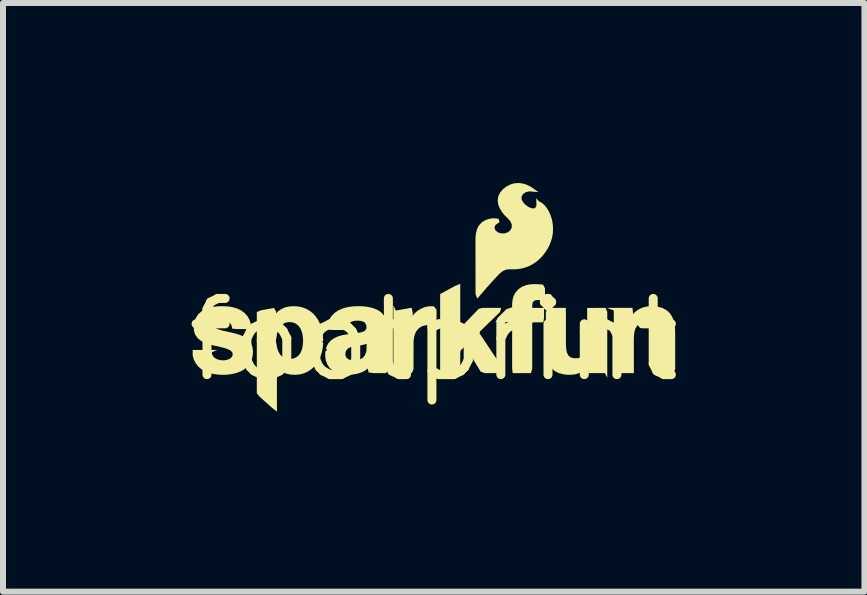
<source format=kicad_pcb>
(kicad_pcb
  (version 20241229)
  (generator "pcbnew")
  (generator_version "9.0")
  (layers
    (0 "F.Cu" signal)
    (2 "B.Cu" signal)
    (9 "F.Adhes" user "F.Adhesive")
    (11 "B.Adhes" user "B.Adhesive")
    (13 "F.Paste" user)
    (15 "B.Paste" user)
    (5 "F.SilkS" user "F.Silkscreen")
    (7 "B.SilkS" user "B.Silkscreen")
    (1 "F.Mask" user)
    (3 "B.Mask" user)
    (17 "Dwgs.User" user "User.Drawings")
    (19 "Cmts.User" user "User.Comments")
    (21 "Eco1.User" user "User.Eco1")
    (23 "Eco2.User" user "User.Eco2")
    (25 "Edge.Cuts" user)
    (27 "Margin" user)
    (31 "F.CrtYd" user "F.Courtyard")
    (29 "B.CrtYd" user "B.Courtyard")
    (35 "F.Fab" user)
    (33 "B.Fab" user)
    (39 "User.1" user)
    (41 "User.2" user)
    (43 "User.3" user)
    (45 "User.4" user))
  (footprint "footprint"
    (layer "F.Cu")
    (at 4.18 2.615)
    (property "Reference" "footprint" (at 0 0 0) (layer "F.SilkS") (effects (font (size 1.27 1.27) (thickness 0.15))))
    (fp_poly (pts (xy 0.442 -0.197) (xy 0.752 -0.519) (xy 0.823 -0.533) (xy 1.125 -0.533) (xy 1.105 -0.464) (xy 0.772 -0.14) (xy 0.765 -0.107) (xy 1.175 0.51) (xy 1.13 0.555) (xy 0.849 0.555) (xy 0.782 0.529) (xy 0.536 0.128) (xy 0.518 0.11) (xy 0.447 0.179) (xy 0.442 0.233) (xy 0.442 0.508) (xy 0.394 0.555) (xy 0.181 0.555) (xy 0.107 0.535) (xy 0.107 -0.751) (xy 0.111 -0.765) (xy 0.354 -0.898) (xy 0.442 -0.934)) (stroke (width 0) (type solid)) (fill yes) (layer "F.SilkS"))
    (fp_poly (pts (xy -0.632 -0.488) (xy -0.368 -0.535) (xy -0.351 -0.456) (xy -0.351 -0.4) (xy -0.325 -0.435) (xy -0.273 -0.482) (xy -0.213 -0.519) (xy -0.148 -0.546) (xy -0.078 -0.56) (xy 0.002 -0.559) (xy 0.047 -0.502) (xy 0.047 -0.283) (xy -0.002 -0.241) (xy -0.076 -0.246) (xy -0.138 -0.242) (xy -0.196 -0.226) (xy -0.246 -0.195) (xy -0.285 -0.152) (xy -0.312 -0.098) (xy -0.328 -0.039) (xy -0.336 0.024) (xy -0.337 0.49) (xy -0.366 0.555) (xy -0.672 0.555) (xy -0.672 -0.578)) (stroke (width 0) (type solid)) (fill yes) (layer "F.SilkS"))
    (fp_poly (pts (xy 1.742 -0.927) (xy 1.822 -0.921) (xy 1.855 -0.86) (xy 1.855 -0.714) (xy 1.816 -0.66) (xy 1.739 -0.664) (xy 1.684 -0.658) (xy 1.65 -0.626) (xy 1.642 -0.571) (xy 1.643 -0.533) (xy 1.839 -0.532) (xy 1.839 -0.374) (xy 1.828 -0.292) (xy 1.676 -0.292) (xy 1.642 -0.287) (xy 1.642 0.484) (xy 1.62 0.555) (xy 1.316 0.555) (xy 1.307 0.473) (xy 1.307 -0.293) (xy 1.029 -0.293) (xy 1.064 -0.365) (xy 1.212 -0.511) (xy 1.307 -0.543) (xy 1.307 -0.592) (xy 1.313 -0.661) (xy 1.331 -0.729) (xy 1.365 -0.792) (xy 1.413 -0.845) (xy 1.473 -0.885) (xy 1.538 -0.911) (xy 1.606 -0.925) (xy 1.675 -0.929)) (stroke (width 0) (type solid)) (fill yes) (layer "F.SilkS"))
    (fp_poly (pts (xy -1.465 0.167) (xy -1.474 0.249) (xy -1.456 0.297) (xy -1.415 0.328) (xy -1.359 0.341) (xy -1.298 0.341) (xy -1.24 0.331) (xy -1.189 0.305) (xy -1.151 0.264) (xy -1.126 0.204) (xy -1.083 0.153) (xy -0.784 0.153) (xy -0.784 0.309) (xy -0.782 0.373) (xy -0.775 0.436) (xy -0.758 0.511) (xy -0.798 0.555) (xy -1.008 0.555) (xy -1.085 0.543) (xy -1.099 0.481) (xy -1.103 0.481) (xy -1.151 0.516) (xy -1.213 0.546) (xy -1.279 0.566) (xy -1.347 0.578) (xy -1.415 0.583) (xy -1.483 0.581) (xy -1.551 0.571) (xy -1.618 0.55) (xy -1.68 0.516) (xy -1.734 0.469) (xy -1.774 0.41) (xy -1.799 0.343) (xy -1.809 0.274) (xy -1.807 0.193) (xy -1.75 0.153) (xy -1.543 0.153)) (stroke (width 0) (type solid)) (fill yes) (layer "F.SilkS"))
    (fp_poly (pts (xy -2.638 -0.008) (xy -2.621 0.07) (xy -2.611 0.134) (xy -2.591 0.193) (xy -2.561 0.244) (xy -2.518 0.285) (xy -2.465 0.309) (xy -2.406 0.318) (xy -2.346 0.313) (xy -2.291 0.292) (xy -2.247 0.255) (xy -2.214 0.205) (xy -2.193 0.147) (xy -2.182 0.085) (xy -2.176 -0.002) (xy -2.091 -0.008) (xy -1.876 -0.008) (xy -1.843 0.055) (xy -1.85 0.13) (xy -1.863 0.198) (xy -1.883 0.264) (xy -1.91 0.328) (xy -1.946 0.388) (xy -1.989 0.443) (xy -2.041 0.491) (xy -2.1 0.53) (xy -2.164 0.558) (xy -2.233 0.576) (xy -2.302 0.583) (xy -2.372 0.581) (xy -2.442 0.568) (xy -2.508 0.543) (xy -2.569 0.506) (xy -2.614 0.465) (xy -2.614 1.198) (xy -2.702 1.127) (xy -2.903 0.948) (xy -2.949 0.891) (xy -2.949 -0.008)) (stroke (width 0) (type solid)) (fill yes) (layer "F.SilkS"))
    (fp_poly (pts (xy -2.264 -0.557) (xy -2.195 -0.543) (xy -2.129 -0.519) (xy -2.068 -0.485) (xy -2.013 -0.441) (xy -1.966 -0.389) (xy -1.927 -0.331) (xy -1.896 -0.269) (xy -1.873 -0.204) (xy -1.857 -0.137) (xy -1.847 -0.069) (xy -1.842 0.017) (xy -1.912 0.042) (xy -2.124 0.042) (xy -2.177 0.001) (xy -2.185 -0.074) (xy -2.199 -0.135) (xy -2.223 -0.191) (xy -2.258 -0.239) (xy -2.305 -0.274) (xy -2.36 -0.293) (xy -2.42 -0.296) (xy -2.478 -0.284) (xy -2.528 -0.256) (xy -2.568 -0.213) (xy -2.596 -0.159) (xy -2.613 -0.099) (xy -2.622 -0.035) (xy -2.638 0.042) (xy -2.949 0.042) (xy -2.949 -0.464) (xy -2.878 -0.493) (xy -2.662 -0.532) (xy -2.628 -0.471) (xy -2.628 -0.442) (xy -2.596 -0.475) (xy -2.537 -0.515) (xy -2.472 -0.543) (xy -2.403 -0.557) (xy -2.333 -0.561)) (stroke (width 0) (type solid)) (fill yes) (layer "F.SilkS"))
    (fp_poly (pts (xy 2.893 -0.469) (xy 2.893 0.631) (xy 2.853 0.555) (xy 2.581 0.555) (xy 2.572 0.472) (xy 2.572 0.451) (xy 2.538 0.487) (xy 2.481 0.528) (xy 2.417 0.558) (xy 2.349 0.577) (xy 2.279 0.583) (xy 2.21 0.581) (xy 2.142 0.57) (xy 2.074 0.55) (xy 2.011 0.515) (xy 1.958 0.466) (xy 1.919 0.406) (xy 1.894 0.34) (xy 1.879 0.272) (xy 1.871 0.204) (xy 1.869 0.137) (xy 1.869 -0.464) (xy 1.894 -0.533) (xy 2.201 -0.533) (xy 2.204 -0.445) (xy 2.204 0.084) (xy 2.208 0.148) (xy 2.219 0.208) (xy 2.244 0.26) (xy 2.286 0.294) (xy 2.342 0.307) (xy 2.402 0.306) (xy 2.458 0.29) (xy 2.503 0.257) (xy 2.533 0.208) (xy 2.549 0.149) (xy 2.556 0.087) (xy 2.558 0.022) (xy 2.558 -0.532) (xy 2.863 -0.533)) (stroke (width 0) (type solid)) (fill yes) (layer "F.SilkS"))
    (fp_poly (pts (xy 3.684 -0.559) (xy 3.753 -0.548) (xy 3.82 -0.528) (xy 3.883 -0.493) (xy 3.936 -0.444) (xy 3.975 -0.384) (xy 4 -0.318) (xy 4.015 -0.25) (xy 4.023 -0.182) (xy 4.025 -0.115) (xy 4.025 0.486) (xy 4 0.555) (xy 3.693 0.555) (xy 3.69 0.467) (xy 3.69 -0.063) (xy 3.686 -0.126) (xy 3.675 -0.186) (xy 3.65 -0.238) (xy 3.607 -0.272) (xy 3.552 -0.285) (xy 3.492 -0.284) (xy 3.436 -0.269) (xy 3.391 -0.235) (xy 3.361 -0.186) (xy 3.345 -0.127) (xy 3.338 -0.065) (xy 3.336 0.000051) (xy 3.336 0.555) (xy 3.031 0.555) (xy 3.001 0.491) (xy 3.001 -0.491) (xy 2.883 -0.533) (xy 3.313 -0.533) (xy 3.322 -0.45) (xy 3.322 -0.429) (xy 3.356 -0.465) (xy 3.413 -0.506) (xy 3.477 -0.536) (xy 3.545 -0.555) (xy 3.615 -0.561)) (stroke (width 0) (type solid)) (fill yes) (layer "F.SilkS"))
    (fp_poly (pts (xy -1.198 -0.56) (xy -1.13 -0.554) (xy -1.062 -0.542) (xy -0.996 -0.524) (xy -0.931 -0.496) (xy -0.872 -0.455) (xy -0.825 -0.399) (xy -0.796 -0.333) (xy -0.784 -0.262) (xy -0.784 0.144) (xy -0.82 0.203) (xy -1.123 0.202) (xy -1.119 0.11) (xy -1.119 0.069) (xy -1.128 0.069) (xy -1.19 0.086) (xy -1.321 0.106) (xy -1.382 0.12) (xy -1.433 0.146) (xy -1.477 0.203) (xy -1.771 0.203) (xy -1.796 0.136) (xy -1.761 0.064) (xy -1.714 0.009) (xy -1.655 -0.031) (xy -1.59 -0.059) (xy -1.524 -0.078) (xy -1.457 -0.09) (xy -1.26 -0.115) (xy -1.199 -0.128) (xy -1.148 -0.15) (xy -1.121 -0.19) (xy -1.123 -0.242) (xy -1.148 -0.288) (xy -1.196 -0.312) (xy -1.255 -0.32) (xy -1.316 -0.318) (xy -1.372 -0.303) (xy -1.414 -0.27) (xy -1.441 -0.212) (xy -1.486 -0.164) (xy -1.697 -0.164) (xy -1.781 -0.176) (xy -1.766 -0.268) (xy -1.742 -0.335) (xy -1.705 -0.396) (xy -1.655 -0.447) (xy -1.597 -0.487) (xy -1.534 -0.517) (xy -1.468 -0.538) (xy -1.401 -0.551) (xy -1.333 -0.559) (xy -1.265 -0.561)) (stroke (width 0) (type solid)) (fill yes) (layer "F.SilkS"))
    (fp_poly (pts (xy 1.485 -2.606) (xy 1.552 -2.585) (xy 1.615 -2.554) (xy 1.747 -2.463) (xy 1.594 -2.475) (xy 1.538 -2.463) (xy 1.492 -2.433) (xy 1.464 -2.388) (xy 1.466 -2.337) (xy 1.494 -2.288) (xy 1.537 -2.245) (xy 1.588 -2.211) (xy 1.641 -2.191) (xy 1.688 -2.195) (xy 1.712 -2.232) (xy 1.71 -2.36) (xy 1.753 -2.31) (xy 1.809 -2.279) (xy 1.861 -2.229) (xy 1.902 -2.172) (xy 1.934 -2.11) (xy 1.959 -2.046) (xy 1.976 -1.979) (xy 1.986 -1.911) (xy 1.989 -1.842) (xy 1.985 -1.773) (xy 1.973 -1.705) (xy 1.954 -1.639) (xy 1.928 -1.575) (xy 1.896 -1.514) (xy 1.859 -1.457) (xy 1.817 -1.403) (xy 1.77 -1.353) (xy 1.718 -1.308) (xy 1.662 -1.268) (xy 1.601 -1.235) (xy 1.537 -1.209) (xy 1.471 -1.19) (xy 1.403 -1.179) (xy 1.334 -1.175) (xy 1.268 -1.176) (xy 1.208 -1.171) (xy 1.154 -1.148) (xy 1.105 -1.11) (xy 1.06 -1.065) (xy 0.882 -0.869) (xy 0.726 -0.687) (xy 0.697 -0.762) (xy 0.696 -1.696) (xy 0.702 -1.765) (xy 0.718 -1.834) (xy 0.748 -1.899) (xy 0.796 -1.954) (xy 0.857 -1.994) (xy 0.925 -2.018) (xy 0.996 -2.027) (xy 1.081 -2.018) (xy 1.097 -1.962) (xy 1.033 -1.919) (xy 1.011 -1.877) (xy 1.026 -1.83) (xy 1.065 -1.794) (xy 1.119 -1.775) (xy 1.177 -1.774) (xy 1.232 -1.791) (xy 1.276 -1.825) (xy 1.301 -1.872) (xy 1.3 -1.926) (xy 1.276 -1.978) (xy 1.234 -2.024) (xy 1.187 -2.071) (xy 1.143 -2.124) (xy 1.105 -2.183) (xy 1.077 -2.248) (xy 1.066 -2.32) (xy 1.076 -2.393) (xy 1.109 -2.459) (xy 1.156 -2.513) (xy 1.212 -2.556) (xy 1.275 -2.589) (xy 1.343 -2.609) (xy 1.414 -2.615)) (stroke (width 0) (type solid)) (fill yes) (layer "F.SilkS"))
    (fp_poly (pts (xy -3.474 -0.56) (xy -3.407 -0.554) (xy -3.339 -0.541) (xy -3.273 -0.521) (xy -3.21 -0.49) (xy -3.153 -0.448) (xy -3.105 -0.395) (xy -3.071 -0.333) (xy -3.049 -0.263) (xy -3.053 -0.18) (xy -3.275 -0.18) (xy -3.356 -0.185) (xy -3.378 -0.259) (xy -3.415 -0.296) (xy -3.469 -0.315) (xy -3.529 -0.321) (xy -3.59 -0.316) (xy -3.64 -0.298) (xy -3.663 -0.259) (xy -3.653 -0.215) (xy -3.611 -0.184) (xy -3.554 -0.163) (xy -3.492 -0.147) (xy -3.362 -0.119) (xy -3.297 -0.103) (xy -3.232 -0.082) (xy -3.169 -0.054) (xy -3.109 -0.015) (xy -3.06 0.038) (xy -3.027 0.103) (xy -3.014 0.174) (xy -3.015 0.244) (xy -3.029 0.314) (xy -3.056 0.379) (xy -3.097 0.438) (xy -3.15 0.485) (xy -3.21 0.522) (xy -3.275 0.548) (xy -3.341 0.566) (xy -3.409 0.577) (xy -3.476 0.583) (xy -3.544 0.583) (xy -3.612 0.578) (xy -3.68 0.567) (xy -3.746 0.55) (xy -3.811 0.525) (xy -3.872 0.49) (xy -3.926 0.444) (xy -3.969 0.388) (xy -4.001 0.324) (xy -4.019 0.255) (xy -4.018 0.168) (xy -3.61 0.168) (xy -3.701 0.208) (xy -3.693 0.247) (xy -3.662 0.293) (xy -3.614 0.323) (xy -3.557 0.339) (xy -3.496 0.342) (xy -3.437 0.332) (xy -3.386 0.308) (xy -3.355 0.268) (xy -3.352 0.22) (xy -3.382 0.181) (xy -3.435 0.155) (xy -3.495 0.135) (xy -3.558 0.119) (xy -3.687 0.09) (xy -3.752 0.072) (xy -3.817 0.049) (xy -3.879 0.017) (xy -3.935 -0.028) (xy -3.977 -0.088) (xy -3.998 -0.158) (xy -4 -0.23) (xy -3.99 -0.3) (xy -3.965 -0.367) (xy -3.925 -0.427) (xy -3.872 -0.474) (xy -3.81 -0.51) (xy -3.745 -0.534) (xy -3.678 -0.549) (xy -3.61 -0.558) (xy -3.542 -0.561)) (stroke (width 0) (type solid)) (fill yes) (layer "F.SilkS")))
  (gr_rect
    (start -3 -3)
    (end 11.36 6.813)
    (stroke (width 0.1) (type default))
    (fill no)
    (layer "Edge.Cuts")))
</source>
